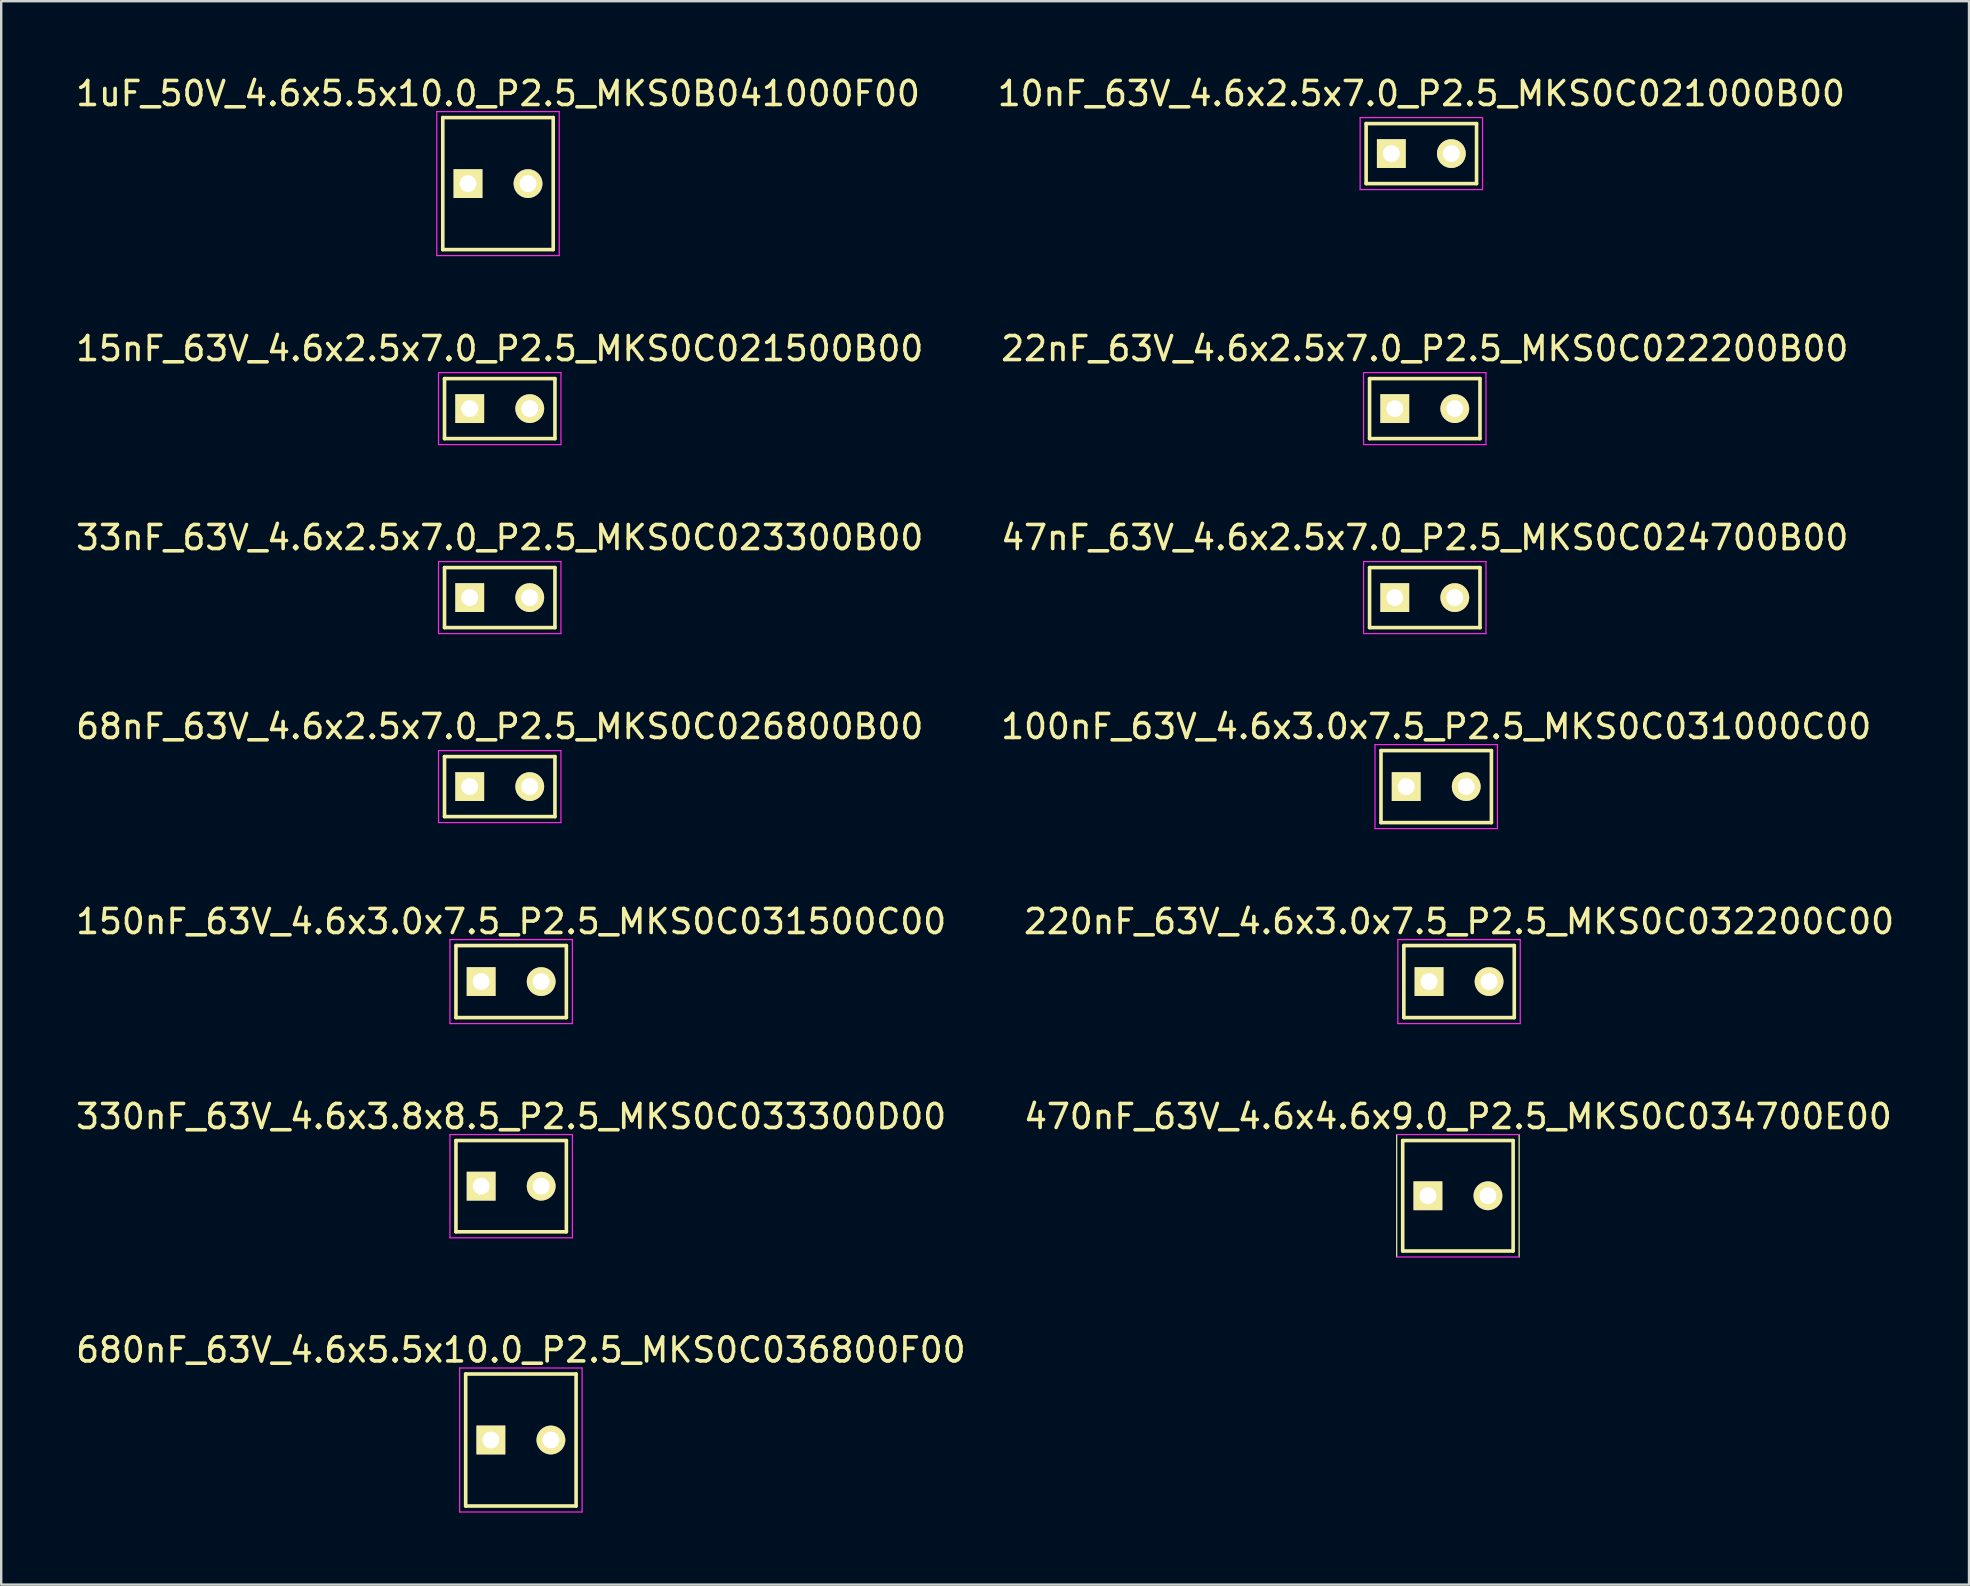
<source format=kicad_pcb>
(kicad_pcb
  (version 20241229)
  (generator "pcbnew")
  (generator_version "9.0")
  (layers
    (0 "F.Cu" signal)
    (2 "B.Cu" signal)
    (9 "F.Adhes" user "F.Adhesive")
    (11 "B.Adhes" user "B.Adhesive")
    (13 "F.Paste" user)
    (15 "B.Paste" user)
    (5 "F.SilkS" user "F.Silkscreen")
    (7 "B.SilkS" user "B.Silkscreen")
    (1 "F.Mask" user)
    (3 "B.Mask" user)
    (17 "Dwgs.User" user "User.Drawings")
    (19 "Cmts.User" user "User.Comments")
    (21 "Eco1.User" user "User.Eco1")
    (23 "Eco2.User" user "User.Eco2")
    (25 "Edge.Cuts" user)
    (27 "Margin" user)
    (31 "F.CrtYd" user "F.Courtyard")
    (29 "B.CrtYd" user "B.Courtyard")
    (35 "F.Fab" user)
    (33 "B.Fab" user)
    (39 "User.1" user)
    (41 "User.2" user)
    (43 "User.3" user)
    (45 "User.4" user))
  (footprint "100nF_63V_4.6x3.0x7.5_P2.5_MKS0C031000C00"
    (layer "F.Cu")
    (at 55.53 29.718)
    (property "Reference" "100nF_63V_4.6x3.0x7.5_P2.5_MKS0C031000C00" (at 1.25 -2.5 0) (layer "F.SilkS") (effects (font (size 1 1) (thickness 0.15))))
    (attr through_hole)
    (fp_line (start -1.05 1.5) (end -1.05 -1.5) (stroke (width 0.15) (type solid)) (layer "F.SilkS"))
    (fp_line (start -1.05 1.5) (end 3.55 1.5) (stroke (width 0.15) (type solid)) (layer "F.SilkS"))
    (fp_line (start 3.55 -1.5) (end -1.05 -1.5) (stroke (width 0.15) (type solid)) (layer "F.SilkS"))
    (fp_line (start 3.55 -1.5) (end 3.55 1.5) (stroke (width 0.15) (type solid)) (layer "F.SilkS"))
    (fp_line (start -1.3 -1.75) (end -1.3 1.75) (stroke (width 0.05) (type solid)) (layer "F.CrtYd"))
    (fp_line (start -1.3 1.75) (end 3.8 1.75) (stroke (width 0.05) (type solid)) (layer "F.CrtYd"))
    (fp_line (start 3.8 -1.75) (end -1.3 -1.75) (stroke (width 0.05) (type solid)) (layer "F.CrtYd"))
    (fp_line (start 3.8 -1.75) (end 3.8 1.75) (stroke (width 0.05) (type solid)) (layer "F.CrtYd"))
    (pad "1" thru_hole rect (at 0 0) (size 1.2 1.2) (drill 0.7) (layers "*.Cu" "*.Mask" "F.SilkS"))
    (pad "2" thru_hole circle (at 2.5 0) (size 1.2 1.2) (drill 0.7) (layers "*.Cu" "*.Mask" "F.SilkS")))
  (footprint "47nF_63V_4.6x2.5x7.0_P2.5_MKS0C024700B00"
    (layer "F.Cu")
    (at 55.054 21.845)
    (property "Reference" "47nF_63V_4.6x2.5x7.0_P2.5_MKS0C024700B00" (at 1.25 -2.5 0) (layer "F.SilkS") (effects (font (size 1 1) (thickness 0.15))))
    (attr through_hole)
    (fp_line (start -1.05 1.25) (end -1.05 -1.25) (stroke (width 0.15) (type solid)) (layer "F.SilkS"))
    (fp_line (start -1.05 1.25) (end 3.55 1.25) (stroke (width 0.15) (type solid)) (layer "F.SilkS"))
    (fp_line (start 3.55 -1.25) (end -1.05 -1.25) (stroke (width 0.15) (type solid)) (layer "F.SilkS"))
    (fp_line (start 3.55 -1.25) (end 3.55 1.25) (stroke (width 0.15) (type solid)) (layer "F.SilkS"))
    (fp_line (start -1.3 1.5) (end -1.3 -1.5) (stroke (width 0.05) (type solid)) (layer "F.CrtYd"))
    (fp_line (start -1.3 1.5) (end 3.8 1.5) (stroke (width 0.05) (type solid)) (layer "F.CrtYd"))
    (fp_line (start 3.8 -1.5) (end -1.3 -1.5) (stroke (width 0.05) (type solid)) (layer "F.CrtYd"))
    (fp_line (start 3.8 -1.5) (end 3.8 1.5) (stroke (width 0.05) (type solid)) (layer "F.CrtYd"))
    (pad "1" thru_hole rect (at 0 0) (size 1.2 1.2) (drill 0.7) (layers "*.Cu" "*.Mask" "F.SilkS"))
    (pad "2" thru_hole circle (at 2.5 0) (size 1.2 1.2) (drill 0.7) (layers "*.Cu" "*.Mask" "F.SilkS")))
  (footprint "220nF_63V_4.6x3.0x7.5_P2.5_MKS0C032200C00"
    (layer "F.Cu")
    (at 56.482 37.841)
    (property "Reference" "220nF_63V_4.6x3.0x7.5_P2.5_MKS0C032200C00" (at 1.25 -2.5 0) (layer "F.SilkS") (effects (font (size 1 1) (thickness 0.15))))
    (attr through_hole)
    (fp_line (start -1.05 1.5) (end -1.05 -1.5) (stroke (width 0.15) (type solid)) (layer "F.SilkS"))
    (fp_line (start -1.05 1.5) (end 3.55 1.5) (stroke (width 0.15) (type solid)) (layer "F.SilkS"))
    (fp_line (start 3.55 -1.5) (end -1.05 -1.5) (stroke (width 0.15) (type solid)) (layer "F.SilkS"))
    (fp_line (start 3.55 -1.5) (end 3.55 1.5) (stroke (width 0.15) (type solid)) (layer "F.SilkS"))
    (fp_line (start -1.3 -1.75) (end -1.3 1.75) (stroke (width 0.05) (type solid)) (layer "F.CrtYd"))
    (fp_line (start -1.3 1.75) (end 3.8 1.75) (stroke (width 0.05) (type solid)) (layer "F.CrtYd"))
    (fp_line (start 3.8 -1.75) (end -1.3 -1.75) (stroke (width 0.05) (type solid)) (layer "F.CrtYd"))
    (fp_line (start 3.8 -1.75) (end 3.8 1.75) (stroke (width 0.05) (type solid)) (layer "F.CrtYd"))
    (pad "1" thru_hole rect (at 0 0) (size 1.2 1.2) (drill 0.7) (layers "*.Cu" "*.Mask" "F.SilkS"))
    (pad "2" thru_hole circle (at 2.5 0) (size 1.2 1.2) (drill 0.7) (layers "*.Cu" "*.Mask" "F.SilkS")))
  (footprint "22nF_63V_4.6x2.5x7.0_P2.5_MKS0C022200B00"
    (layer "F.Cu")
    (at 55.054 13.972)
    (property "Reference" "22nF_63V_4.6x2.5x7.0_P2.5_MKS0C022200B00" (at 1.25 -2.5 0) (layer "F.SilkS") (effects (font (size 1 1) (thickness 0.15))))
    (attr through_hole)
    (fp_line (start -1.05 1.25) (end -1.05 -1.25) (stroke (width 0.15) (type solid)) (layer "F.SilkS"))
    (fp_line (start -1.05 1.25) (end 3.55 1.25) (stroke (width 0.15) (type solid)) (layer "F.SilkS"))
    (fp_line (start 3.55 -1.25) (end -1.05 -1.25) (stroke (width 0.15) (type solid)) (layer "F.SilkS"))
    (fp_line (start 3.55 -1.25) (end 3.55 1.25) (stroke (width 0.15) (type solid)) (layer "F.SilkS"))
    (fp_line (start -1.3 1.5) (end -1.3 -1.5) (stroke (width 0.05) (type solid)) (layer "F.CrtYd"))
    (fp_line (start -1.3 1.5) (end 3.8 1.5) (stroke (width 0.05) (type solid)) (layer "F.CrtYd"))
    (fp_line (start 3.8 -1.5) (end -1.3 -1.5) (stroke (width 0.05) (type solid)) (layer "F.CrtYd"))
    (fp_line (start 3.8 -1.5) (end 3.8 1.5) (stroke (width 0.05) (type solid)) (layer "F.CrtYd"))
    (pad "1" thru_hole rect (at 0 0) (size 1.2 1.2) (drill 0.7) (layers "*.Cu" "*.Mask" "F.SilkS"))
    (pad "2" thru_hole circle (at 2.5 0) (size 1.2 1.2) (drill 0.7) (layers "*.Cu" "*.Mask" "F.SilkS")))
  (footprint "1uF_50V_4.6x5.5x10.0_P2.5_MKS0B041000F00"
    (layer "F.Cu")
    (at 16.446 4.598)
    (property "Reference" "1uF_50V_4.6x5.5x10.0_P2.5_MKS0B041000F00" (at 1.25 -3.75 0) (layer "F.SilkS") (effects (font (size 1 1) (thickness 0.15))))
    (attr through_hole)
    (fp_line (start -1.05 2.75) (end -1.05 -2.75) (stroke (width 0.15) (type solid)) (layer "F.SilkS"))
    (fp_line (start -1.05 2.75) (end 3.55 2.75) (stroke (width 0.15) (type solid)) (layer "F.SilkS"))
    (fp_line (start 3.55 -2.75) (end -1.05 -2.75) (stroke (width 0.15) (type solid)) (layer "F.SilkS"))
    (fp_line (start 3.55 -2.75) (end 3.55 2.75) (stroke (width 0.15) (type solid)) (layer "F.SilkS"))
    (fp_line (start -1.3 -3) (end -1.3 3) (stroke (width 0.05) (type solid)) (layer "F.CrtYd"))
    (fp_line (start -1.3 3) (end 3.8 3) (stroke (width 0.05) (type solid)) (layer "F.CrtYd"))
    (fp_line (start 3.8 -3) (end -1.3 -3) (stroke (width 0.05) (type solid)) (layer "F.CrtYd"))
    (fp_line (start 3.8 3) (end 3.8 -3) (stroke (width 0.05) (type solid)) (layer "F.CrtYd"))
    (pad "1" thru_hole rect (at 0 0) (size 1.2 1.2) (drill 0.7) (layers "*.Cu" "*.Mask" "F.SilkS"))
    (pad "2" thru_hole circle (at 2.5 0) (size 1.2 1.2) (drill 0.7) (layers "*.Cu" "*.Mask" "F.SilkS")))
  (footprint "470nF_63V_4.6x4.6x9.0_P2.5_MKS0C034700E00"
    (layer "F.Cu")
    (at 56.435 46.764)
    (property "Reference" "470nF_63V_4.6x4.6x9.0_P2.5_MKS0C034700E00" (at 1.25 -3.3 0) (layer "F.SilkS") (effects (font (size 1 1) (thickness 0.15))))
    (attr through_hole)
    (fp_line (start -1.3 2.55) (end -1.3 -2.55) (stroke (width 0.05) (type solid)) (layer "F.SilkS"))
    (fp_line (start -1.05 -2.3) (end -1.05 2.3) (stroke (width 0.15) (type solid)) (layer "F.SilkS"))
    (fp_line (start -1.05 2.3) (end 3.55 2.3) (stroke (width 0.15) (type solid)) (layer "F.SilkS"))
    (fp_line (start 3.55 -2.3) (end -1.05 -2.3) (stroke (width 0.15) (type solid)) (layer "F.SilkS"))
    (fp_line (start 3.55 -2.3) (end 3.55 2.3) (stroke (width 0.15) (type solid)) (layer "F.SilkS"))
    (fp_line (start 3.8 -2.55) (end 3.8 2.55) (stroke (width 0.05) (type solid)) (layer "F.SilkS"))
    (fp_line (start -1.3 2.55) (end 3.8 2.55) (stroke (width 0.05) (type solid)) (layer "F.CrtYd"))
    (fp_line (start 3.8 -2.55) (end -1.3 -2.55) (stroke (width 0.05) (type solid)) (layer "F.CrtYd"))
    (pad "1" thru_hole rect (at 0 0) (size 1.2 1.2) (drill 0.7) (layers "*.Cu" "*.Mask" "F.SilkS"))
    (pad "2" thru_hole circle (at 2.5 0) (size 1.2 1.2) (drill 0.7) (layers "*.Cu" "*.Mask" "F.SilkS")))
  (footprint "150nF_63V_4.6x3.0x7.5_P2.5_MKS0C031500C00"
    (layer "F.Cu")
    (at 16.994 37.841)
    (property "Reference" "150nF_63V_4.6x3.0x7.5_P2.5_MKS0C031500C00" (at 1.25 -2.5 0) (layer "F.SilkS") (effects (font (size 1 1) (thickness 0.15))))
    (attr through_hole)
    (fp_line (start -1.05 1.5) (end -1.05 -1.5) (stroke (width 0.15) (type solid)) (layer "F.SilkS"))
    (fp_line (start -1.05 1.5) (end 3.55 1.5) (stroke (width 0.15) (type solid)) (layer "F.SilkS"))
    (fp_line (start 3.55 -1.5) (end -1.05 -1.5) (stroke (width 0.15) (type solid)) (layer "F.SilkS"))
    (fp_line (start 3.55 -1.5) (end 3.55 1.5) (stroke (width 0.15) (type solid)) (layer "F.SilkS"))
    (fp_line (start -1.3 -1.75) (end -1.3 1.75) (stroke (width 0.05) (type solid)) (layer "F.CrtYd"))
    (fp_line (start -1.3 1.75) (end 3.8 1.75) (stroke (width 0.05) (type solid)) (layer "F.CrtYd"))
    (fp_line (start 3.8 -1.75) (end -1.3 -1.75) (stroke (width 0.05) (type solid)) (layer "F.CrtYd"))
    (fp_line (start 3.8 -1.75) (end 3.8 1.75) (stroke (width 0.05) (type solid)) (layer "F.CrtYd"))
    (pad "1" thru_hole rect (at 0 0) (size 1.2 1.2) (drill 0.7) (layers "*.Cu" "*.Mask" "F.SilkS"))
    (pad "2" thru_hole circle (at 2.5 0) (size 1.2 1.2) (drill 0.7) (layers "*.Cu" "*.Mask" "F.SilkS")))
  (footprint "330nF_63V_4.6x3.8x8.5_P2.5_MKS0C033300D00"
    (layer "F.Cu")
    (at 16.994 46.364)
    (property "Reference" "330nF_63V_4.6x3.8x8.5_P2.5_MKS0C033300D00" (at 1.25 -2.9 0) (layer "F.SilkS") (effects (font (size 1 1) (thickness 0.15))))
    (attr through_hole)
    (fp_line (start -1.05 1.9) (end -1.05 -1.9) (stroke (width 0.15) (type solid)) (layer "F.SilkS"))
    (fp_line (start -1.05 1.9) (end 3.55 1.9) (stroke (width 0.15) (type solid)) (layer "F.SilkS"))
    (fp_line (start 3.55 -1.9) (end -1.05 -1.9) (stroke (width 0.15) (type solid)) (layer "F.SilkS"))
    (fp_line (start 3.55 -1.9) (end 3.55 1.9) (stroke (width 0.15) (type solid)) (layer "F.SilkS"))
    (fp_line (start -1.3 2.15) (end -1.3 -2.15) (stroke (width 0.05) (type solid)) (layer "F.CrtYd"))
    (fp_line (start -1.3 2.15) (end 3.8 2.15) (stroke (width 0.05) (type solid)) (layer "F.CrtYd"))
    (fp_line (start 3.8 -2.15) (end -1.3 -2.15) (stroke (width 0.05) (type solid)) (layer "F.CrtYd"))
    (fp_line (start 3.8 -2.15) (end 3.8 2.15) (stroke (width 0.05) (type solid)) (layer "F.CrtYd"))
    (pad "1" thru_hole rect (at 0 0) (size 1.2 1.2) (drill 0.7) (layers "*.Cu" "*.Mask" "F.SilkS"))
    (pad "2" thru_hole circle (at 2.5 0) (size 1.2 1.2) (drill 0.7) (layers "*.Cu" "*.Mask" "F.SilkS")))
  (footprint "10nF_63V_4.6x2.5x7.0_P2.5_MKS0C021000B00"
    (layer "F.Cu")
    (at 54.911 3.348)
    (property "Reference" "10nF_63V_4.6x2.5x7.0_P2.5_MKS0C021000B00" (at 1.25 -2.5 0) (layer "F.SilkS") (effects (font (size 1 1) (thickness 0.15))))
    (attr through_hole)
    (fp_line (start -1.05 1.25) (end -1.05 -1.25) (stroke (width 0.15) (type solid)) (layer "F.SilkS"))
    (fp_line (start -1.05 1.25) (end 3.55 1.25) (stroke (width 0.15) (type solid)) (layer "F.SilkS"))
    (fp_line (start 3.55 -1.25) (end -1.05 -1.25) (stroke (width 0.15) (type solid)) (layer "F.SilkS"))
    (fp_line (start 3.55 -1.25) (end 3.55 1.25) (stroke (width 0.15) (type solid)) (layer "F.SilkS"))
    (fp_line (start -1.3 1.5) (end -1.3 -1.5) (stroke (width 0.05) (type solid)) (layer "F.CrtYd"))
    (fp_line (start -1.3 1.5) (end 3.8 1.5) (stroke (width 0.05) (type solid)) (layer "F.CrtYd"))
    (fp_line (start 3.8 -1.5) (end -1.3 -1.5) (stroke (width 0.05) (type solid)) (layer "F.CrtYd"))
    (fp_line (start 3.8 -1.5) (end 3.8 1.5) (stroke (width 0.05) (type solid)) (layer "F.CrtYd"))
    (pad "1" thru_hole rect (at 0 0) (size 1.2 1.2) (drill 0.7) (layers "*.Cu" "*.Mask" "F.SilkS"))
    (pad "2" thru_hole circle (at 2.5 0) (size 1.2 1.2) (drill 0.7) (layers "*.Cu" "*.Mask" "F.SilkS")))
  (footprint "680nF_63V_4.6x5.5x10.0_P2.5_MKS0C036800F00"
    (layer "F.Cu")
    (at 17.399 56.938)
    (property "Reference" "680nF_63V_4.6x5.5x10.0_P2.5_MKS0C036800F00" (at 1.25 -3.75 0) (layer "F.SilkS") (effects (font (size 1 1) (thickness 0.15))))
    (attr through_hole)
    (fp_line (start -1.05 2.75) (end -1.05 -2.75) (stroke (width 0.15) (type solid)) (layer "F.SilkS"))
    (fp_line (start -1.05 2.75) (end 3.55 2.75) (stroke (width 0.15) (type solid)) (layer "F.SilkS"))
    (fp_line (start 3.55 -2.75) (end -1.05 -2.75) (stroke (width 0.15) (type solid)) (layer "F.SilkS"))
    (fp_line (start 3.55 -2.75) (end 3.55 2.75) (stroke (width 0.15) (type solid)) (layer "F.SilkS"))
    (fp_line (start -1.3 -3) (end -1.3 3) (stroke (width 0.05) (type solid)) (layer "F.CrtYd"))
    (fp_line (start -1.3 3) (end 3.8 3) (stroke (width 0.05) (type solid)) (layer "F.CrtYd"))
    (fp_line (start 3.8 -3) (end -1.3 -3) (stroke (width 0.05) (type solid)) (layer "F.CrtYd"))
    (fp_line (start 3.8 3) (end 3.8 -3) (stroke (width 0.05) (type solid)) (layer "F.CrtYd"))
    (pad "1" thru_hole rect (at 0 0) (size 1.2 1.2) (drill 0.7) (layers "*.Cu" "*.Mask" "F.SilkS"))
    (pad "2" thru_hole circle (at 2.5 0) (size 1.2 1.2) (drill 0.7) (layers "*.Cu" "*.Mask" "F.SilkS")))
  (footprint "33nF_63V_4.6x2.5x7.0_P2.5_MKS0C023300B00"
    (layer "F.Cu")
    (at 16.518 21.845)
    (property "Reference" "33nF_63V_4.6x2.5x7.0_P2.5_MKS0C023300B00" (at 1.25 -2.5 0) (layer "F.SilkS") (effects (font (size 1 1) (thickness 0.15))))
    (attr through_hole)
    (fp_line (start -1.05 1.25) (end -1.05 -1.25) (stroke (width 0.15) (type solid)) (layer "F.SilkS"))
    (fp_line (start -1.05 1.25) (end 3.55 1.25) (stroke (width 0.15) (type solid)) (layer "F.SilkS"))
    (fp_line (start 3.55 -1.25) (end -1.05 -1.25) (stroke (width 0.15) (type solid)) (layer "F.SilkS"))
    (fp_line (start 3.55 -1.25) (end 3.55 1.25) (stroke (width 0.15) (type solid)) (layer "F.SilkS"))
    (fp_line (start -1.3 1.5) (end -1.3 -1.5) (stroke (width 0.05) (type solid)) (layer "F.CrtYd"))
    (fp_line (start -1.3 1.5) (end 3.8 1.5) (stroke (width 0.05) (type solid)) (layer "F.CrtYd"))
    (fp_line (start 3.8 -1.5) (end -1.3 -1.5) (stroke (width 0.05) (type solid)) (layer "F.CrtYd"))
    (fp_line (start 3.8 -1.5) (end 3.8 1.5) (stroke (width 0.05) (type solid)) (layer "F.CrtYd"))
    (pad "1" thru_hole rect (at 0 0) (size 1.2 1.2) (drill 0.7) (layers "*.Cu" "*.Mask" "F.SilkS"))
    (pad "2" thru_hole circle (at 2.5 0) (size 1.2 1.2) (drill 0.7) (layers "*.Cu" "*.Mask" "F.SilkS")))
  (footprint "68nF_63V_4.6x2.5x7.0_P2.5_MKS0C026800B00"
    (layer "F.Cu")
    (at 16.518 29.718)
    (property "Reference" "68nF_63V_4.6x2.5x7.0_P2.5_MKS0C026800B00" (at 1.25 -2.5 0) (layer "F.SilkS") (effects (font (size 1 1) (thickness 0.15))))
    (attr through_hole)
    (fp_line (start -1.05 1.25) (end -1.05 -1.25) (stroke (width 0.15) (type solid)) (layer "F.SilkS"))
    (fp_line (start -1.05 1.25) (end 3.55 1.25) (stroke (width 0.15) (type solid)) (layer "F.SilkS"))
    (fp_line (start 3.55 -1.25) (end -1.05 -1.25) (stroke (width 0.15) (type solid)) (layer "F.SilkS"))
    (fp_line (start 3.55 -1.25) (end 3.55 1.25) (stroke (width 0.15) (type solid)) (layer "F.SilkS"))
    (fp_line (start -1.3 1.5) (end -1.3 -1.5) (stroke (width 0.05) (type solid)) (layer "F.CrtYd"))
    (fp_line (start -1.3 1.5) (end 3.8 1.5) (stroke (width 0.05) (type solid)) (layer "F.CrtYd"))
    (fp_line (start 3.8 -1.5) (end -1.3 -1.5) (stroke (width 0.05) (type solid)) (layer "F.CrtYd"))
    (fp_line (start 3.8 -1.5) (end 3.8 1.5) (stroke (width 0.05) (type solid)) (layer "F.CrtYd"))
    (pad "1" thru_hole rect (at 0 0) (size 1.2 1.2) (drill 0.7) (layers "*.Cu" "*.Mask" "F.SilkS"))
    (pad "2" thru_hole circle (at 2.5 0) (size 1.2 1.2) (drill 0.7) (layers "*.Cu" "*.Mask" "F.SilkS")))
  (footprint "15nF_63V_4.6x2.5x7.0_P2.5_MKS0C021500B00"
    (layer "F.Cu")
    (at 16.518 13.972)
    (property "Reference" "15nF_63V_4.6x2.5x7.0_P2.5_MKS0C021500B00" (at 1.25 -2.5 0) (layer "F.SilkS") (effects (font (size 1 1) (thickness 0.15))))
    (attr through_hole)
    (fp_line (start -1.05 1.25) (end -1.05 -1.25) (stroke (width 0.15) (type solid)) (layer "F.SilkS"))
    (fp_line (start -1.05 1.25) (end 3.55 1.25) (stroke (width 0.15) (type solid)) (layer "F.SilkS"))
    (fp_line (start 3.55 -1.25) (end -1.05 -1.25) (stroke (width 0.15) (type solid)) (layer "F.SilkS"))
    (fp_line (start 3.55 -1.25) (end 3.55 1.25) (stroke (width 0.15) (type solid)) (layer "F.SilkS"))
    (fp_line (start -1.3 1.5) (end -1.3 -1.5) (stroke (width 0.05) (type solid)) (layer "F.CrtYd"))
    (fp_line (start -1.3 1.5) (end 3.8 1.5) (stroke (width 0.05) (type solid)) (layer "F.CrtYd"))
    (fp_line (start 3.8 -1.5) (end -1.3 -1.5) (stroke (width 0.05) (type solid)) (layer "F.CrtYd"))
    (fp_line (start 3.8 -1.5) (end 3.8 1.5) (stroke (width 0.05) (type solid)) (layer "F.CrtYd"))
    (pad "1" thru_hole rect (at 0 0) (size 1.2 1.2) (drill 0.7) (layers "*.Cu" "*.Mask" "F.SilkS"))
    (pad "2" thru_hole circle (at 2.5 0) (size 1.2 1.2) (drill 0.7) (layers "*.Cu" "*.Mask" "F.SilkS")))
  (gr_rect
    (start -3 -3)
    (end 78.976 62.963)
    (stroke (width 0.1) (type default))
    (fill no)
    (layer "Edge.Cuts")))
</source>
